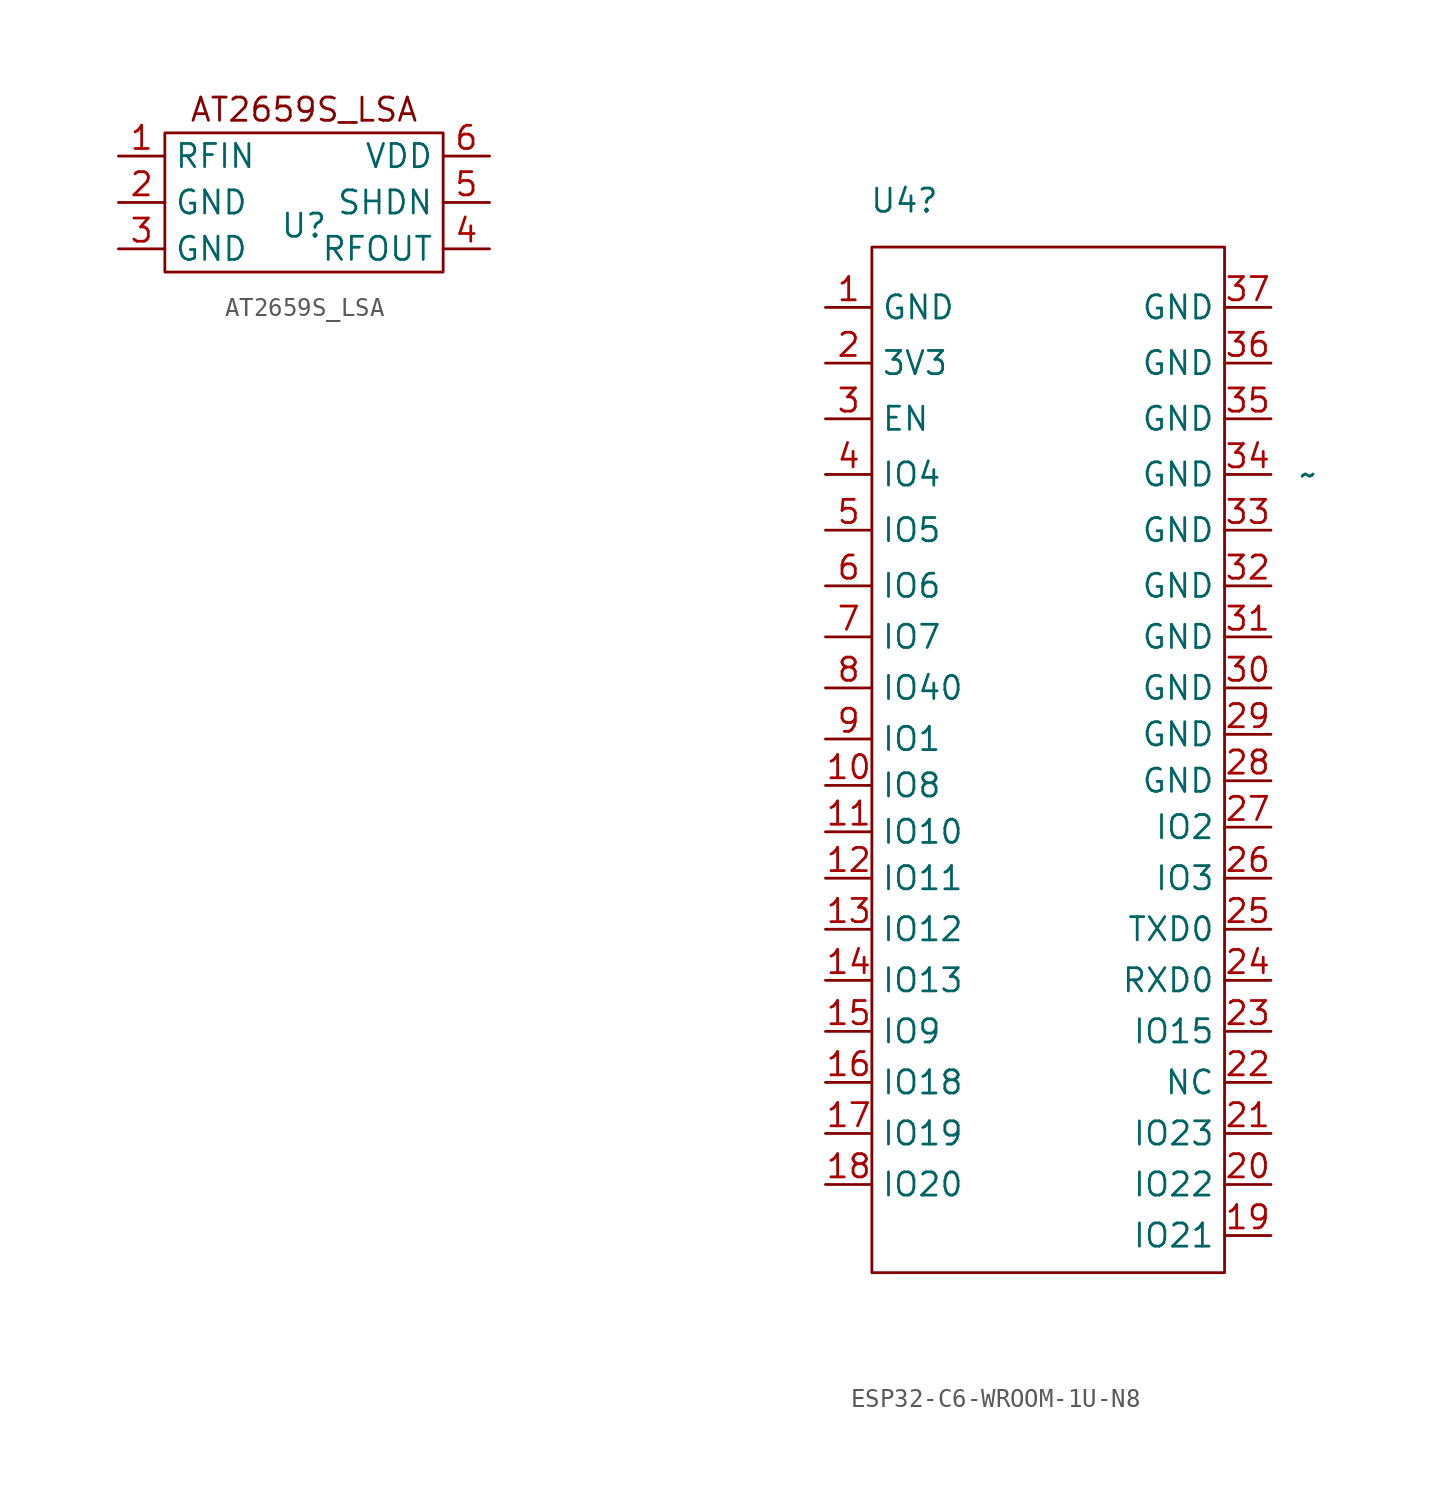
<source format=kicad_sym>
(kicad_symbol_lib
  (version 20220914)
  (generator kicad_symbol_editor)
  (symbol "AT2659S_LSA"
    (property "Reference" "U"
      (at 0 0 0)
      (effects (font (size 1.27 1.27))))
    (property "Value" ""
      (at -6.35 0 0)
      (effects (font (size 1.27 1.27))))
    (symbol "AT2659S_LSA_1_1"
      (text "AT2659S_LSA" (at 0 6.35 0) (effects (font (size 1.27 1.27))))
      (text_box "" (at -7.62 5.08 0) (size 15.24 -7.62) (stroke (width 0) (type default)) (fill (type color) (color 0 0 0 0)) (effects (font (size 1.27 1.27)) (justify left top)))
      (pin input line (at -10.16 3.81 0) (length 2.54) (name "RFIN" (effects (font (size 1.27 1.27)))) (number "1" (effects (font (size 1.27 1.27)))))
      (pin power_in line (at -10.16 1.27 0) (length 2.54) (name "GND" (effects (font (size 1.27 1.27)))) (number "2" (effects (font (size 1.27 1.27)))))
      (pin power_in line (at -10.16 -1.27 0) (length 2.54) (name "GND" (effects (font (size 1.27 1.27)))) (number "3" (effects (font (size 1.27 1.27)))))
      (pin power_out line (at 10.16 -1.27 180) (length 2.54) (name "RFOUT" (effects (font (size 1.27 1.27)))) (number "4" (effects (font (size 1.27 1.27)))))
      (pin input line (at 10.16 1.27 180) (length 2.54) (name "SHDN" (effects (font (size 1.27 1.27)))) (number "5" (effects (font (size 1.27 1.27)))))
      (pin power_in line (at 10.16 3.81 180) (length 2.54) (name "VDD" (effects (font (size 1.27 1.27)))) (number "6" (effects (font (size 1.27 1.27)))))))
  (symbol "ESP32-C6-WROOM-1U-N8"
    (property "Reference" "U4"
      (at -7.874 29.464 0)
      (effects (font (size 1.27 1.27))))
    (property "Value" "~"
      (at 14.224 14.478 0)
      (effects (font (size 1.27 1.27))))
    (symbol "ESP32-C6-WROOM-1U-N8_0_0"
      (text "" (at -20.32 -5.08 0) (effects (font (size 1.27 1.27)))))
    (symbol "ESP32-C6-WROOM-1U-N8_0_1"
      (rectangle (start -9.652 26.924) (end 9.652 -29.21) (stroke (width 0) (type default)) (fill (type none))))
    (symbol "ESP32-C6-WROOM-1U-N8_1_1"
      (pin power_in line (at -12.192 23.622 0) (length 2.54) (name "GND" (effects (font (size 1.27 1.27)))) (number "1" (effects (font (size 1.27 1.27)))))
      (pin bidirectional line (at -12.192 -2.54 0) (length 2.54) (name "IO8" (effects (font (size 1.27 1.27)))) (number "10" (effects (font (size 1.27 1.27)))))
      (pin bidirectional line (at -12.192 -5.08 0) (length 2.54) (name "IO10" (effects (font (size 1.27 1.27)))) (number "11" (effects (font (size 1.27 1.27)))))
      (pin bidirectional line (at -12.192 -7.62 0) (length 2.54) (name "IO11" (effects (font (size 1.27 1.27)))) (number "12" (effects (font (size 1.27 1.27)))))
      (pin bidirectional line (at -12.192 -10.414 0) (length 2.54) (name "IO12" (effects (font (size 1.27 1.27)))) (number "13" (effects (font (size 1.27 1.27)))))
      (pin bidirectional line (at -12.192 -13.208 0) (length 2.54) (name "IO13" (effects (font (size 1.27 1.27)))) (number "14" (effects (font (size 1.27 1.27)))))
      (pin bidirectional line (at -12.192 -16.002 0) (length 2.54) (name "IO9" (effects (font (size 1.27 1.27)))) (number "15" (effects (font (size 1.27 1.27)))))
      (pin bidirectional line (at -12.192 -18.796 0) (length 2.54) (name "IO18" (effects (font (size 1.27 1.27)))) (number "16" (effects (font (size 1.27 1.27)))))
      (pin bidirectional line (at -12.192 -21.59 0) (length 2.54) (name "IO19" (effects (font (size 1.27 1.27)))) (number "17" (effects (font (size 1.27 1.27)))))
      (pin bidirectional line (at -12.192 -24.384 0) (length 2.54) (name "IO20" (effects (font (size 1.27 1.27)))) (number "18" (effects (font (size 1.27 1.27)))))
      (pin bidirectional line (at 12.192 -27.178 180) (length 2.54) (name "IO21" (effects (font (size 1.27 1.27)))) (number "19" (effects (font (size 1.27 1.27)))))
      (pin power_in line (at -12.192 20.574 0) (length 2.54) (name "3V3" (effects (font (size 1.27 1.27)))) (number "2" (effects (font (size 1.27 1.27)))))
      (pin bidirectional line (at 12.192 -24.384 180) (length 2.54) (name "IO22" (effects (font (size 1.27 1.27)))) (number "20" (effects (font (size 1.27 1.27)))))
      (pin bidirectional line (at 12.192 -21.59 180) (length 2.54) (name "IO23" (effects (font (size 1.27 1.27)))) (number "21" (effects (font (size 1.27 1.27)))))
      (pin bidirectional line (at 12.192 -18.796 180) (length 2.54) (name "NC" (effects (font (size 1.27 1.27)))) (number "22" (effects (font (size 1.27 1.27)))))
      (pin power_in line (at 12.192 -16.002 180) (length 2.54) (name "IO15" (effects (font (size 1.27 1.27)))) (number "23" (effects (font (size 1.27 1.27)))))
      (pin bidirectional line (at 12.192 -13.208 180) (length 2.54) (name "RXD0" (effects (font (size 1.27 1.27)))) (number "24" (effects (font (size 1.27 1.27)))))
      (pin bidirectional line (at 12.192 -10.414 180) (length 2.54) (name "TXD0" (effects (font (size 1.27 1.27)))) (number "25" (effects (font (size 1.27 1.27)))))
      (pin bidirectional line (at 12.192 -7.62 180) (length 2.54) (name "IO3" (effects (font (size 1.27 1.27)))) (number "26" (effects (font (size 1.27 1.27)))))
      (pin bidirectional line (at 12.192 -4.826 180) (length 2.54) (name "IO2" (effects (font (size 1.27 1.27)))) (number "27" (effects (font (size 1.27 1.27)))))
      (pin power_in line (at 12.192 -2.286 180) (length 2.54) (name "GND" (effects (font (size 1.27 1.27)))) (number "28" (effects (font (size 1.27 1.27)))))
      (pin power_in line (at 12.192 0.254 180) (length 2.54) (name "GND" (effects (font (size 1.27 1.27)))) (number "29" (effects (font (size 1.27 1.27)))))
      (pin power_in line (at -12.192 17.526 0) (length 2.54) (name "EN" (effects (font (size 1.27 1.27)))) (number "3" (effects (font (size 1.27 1.27)))))
      (pin power_in line (at 12.192 2.794 180) (length 2.54) (name "GND" (effects (font (size 1.27 1.27)))) (number "30" (effects (font (size 1.27 1.27)))))
      (pin power_in line (at 12.192 5.588 180) (length 2.54) (name "GND" (effects (font (size 1.27 1.27)))) (number "31" (effects (font (size 1.27 1.27)))))
      (pin power_in line (at 12.192 8.382 180) (length 2.54) (name "GND" (effects (font (size 1.27 1.27)))) (number "32" (effects (font (size 1.27 1.27)))))
      (pin power_in line (at 12.192 11.43 180) (length 2.54) (name "GND" (effects (font (size 1.27 1.27)))) (number "33" (effects (font (size 1.27 1.27)))))
      (pin power_in line (at 12.192 14.478 180) (length 2.54) (name "GND" (effects (font (size 1.27 1.27)))) (number "34" (effects (font (size 1.27 1.27)))))
      (pin power_in line (at 12.192 17.526 180) (length 2.54) (name "GND" (effects (font (size 1.27 1.27)))) (number "35" (effects (font (size 1.27 1.27)))))
      (pin power_in line (at 12.192 20.574 180) (length 2.54) (name "GND" (effects (font (size 1.27 1.27)))) (number "36" (effects (font (size 1.27 1.27)))))
      (pin power_in line (at 12.192 23.622 180) (length 2.54) (name "GND" (effects (font (size 1.27 1.27)))) (number "37" (effects (font (size 1.27 1.27)))))
      (pin bidirectional line (at -12.192 14.478 0) (length 2.54) (name "IO4" (effects (font (size 1.27 1.27)))) (number "4" (effects (font (size 1.27 1.27)))))
      (pin bidirectional line (at -12.192 11.43 0) (length 2.54) (name "IO5" (effects (font (size 1.27 1.27)))) (number "5" (effects (font (size 1.27 1.27)))))
      (pin bidirectional line (at -12.192 8.382 0) (length 2.54) (name "IO6" (effects (font (size 1.27 1.27)))) (number "6" (effects (font (size 1.27 1.27)))))
      (pin bidirectional line (at -12.192 5.588 0) (length 2.54) (name "IO7" (effects (font (size 1.27 1.27)))) (number "7" (effects (font (size 1.27 1.27)))))
      (pin bidirectional line (at -12.192 2.794 0) (length 2.54) (name "IO40" (effects (font (size 1.27 1.27)))) (number "8" (effects (font (size 1.27 1.27)))))
      (pin bidirectional line (at -12.192 0 0) (length 2.54) (name "IO1" (effects (font (size 1.27 1.27)))) (number "9" (effects (font (size 1.27 1.27))))))))
</source>
